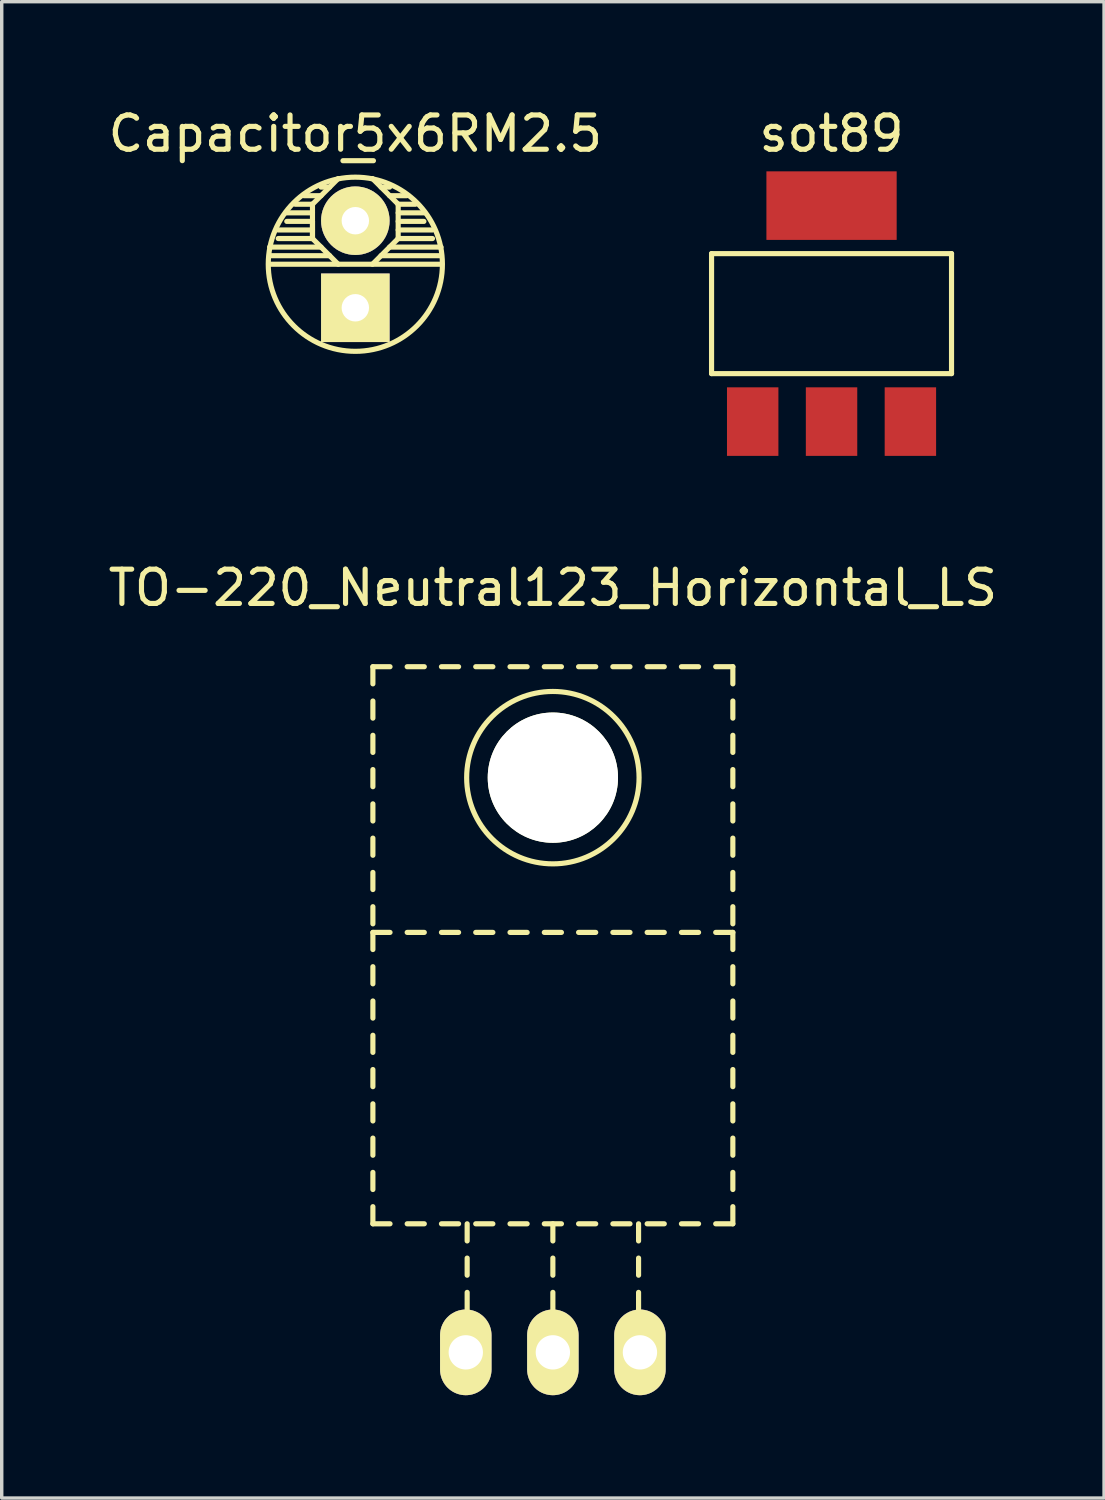
<source format=kicad_pcb>
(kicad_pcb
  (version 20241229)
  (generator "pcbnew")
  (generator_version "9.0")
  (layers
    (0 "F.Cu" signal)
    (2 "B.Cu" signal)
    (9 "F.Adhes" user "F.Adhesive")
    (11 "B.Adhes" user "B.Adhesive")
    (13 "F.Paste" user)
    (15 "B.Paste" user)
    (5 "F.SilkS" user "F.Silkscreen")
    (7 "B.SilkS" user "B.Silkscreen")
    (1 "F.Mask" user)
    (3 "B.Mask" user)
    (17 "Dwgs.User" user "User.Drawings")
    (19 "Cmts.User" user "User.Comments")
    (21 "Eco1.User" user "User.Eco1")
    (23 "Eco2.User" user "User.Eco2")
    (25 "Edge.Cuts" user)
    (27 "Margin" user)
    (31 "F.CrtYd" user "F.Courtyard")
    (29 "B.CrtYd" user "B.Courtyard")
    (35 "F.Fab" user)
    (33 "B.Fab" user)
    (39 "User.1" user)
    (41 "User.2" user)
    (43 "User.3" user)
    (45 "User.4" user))
  (footprint "TO-220_Neutral123_Horizontal_LS"
    (layer "F.Cu")
    (at 13.077 36.398)
    (property "Reference" "TO-220_Neutral123_Horizontal_LS" (at 0 -22.301 0) (layer "F.SilkS") (effects (font (size 1 1) (thickness 0.15))))
    (attr through_hole)
    (fp_line (start -5.25 -20) (end -5.25 -19.5) (stroke (width 0.15) (type solid)) (layer "F.SilkS"))
    (fp_line (start -5.25 -20) (end -4.75 -20) (stroke (width 0.15) (type solid)) (layer "F.SilkS"))
    (fp_line (start -5.25 -18.5) (end -5.25 -19) (stroke (width 0.15) (type solid)) (layer "F.SilkS"))
    (fp_line (start -5.25 -17.5) (end -5.25 -18) (stroke (width 0.15) (type solid)) (layer "F.SilkS"))
    (fp_line (start -5.25 -16.5) (end -5.25 -17) (stroke (width 0.15) (type solid)) (layer "F.SilkS"))
    (fp_line (start -5.25 -15.5) (end -5.25 -16) (stroke (width 0.15) (type solid)) (layer "F.SilkS"))
    (fp_line (start -5.25 -14.5) (end -5.25 -15) (stroke (width 0.15) (type solid)) (layer "F.SilkS"))
    (fp_line (start -5.25 -13.5) (end -5.25 -14) (stroke (width 0.15) (type solid)) (layer "F.SilkS"))
    (fp_line (start -5.25 -12.5) (end -5.25 -13) (stroke (width 0.15) (type solid)) (layer "F.SilkS"))
    (fp_line (start -5.25 -12.25) (end -5.25 -11.75) (stroke (width 0.15) (type solid)) (layer "F.SilkS"))
    (fp_line (start -5.25 -11.25) (end -5.25 -10.75) (stroke (width 0.15) (type solid)) (layer "F.SilkS"))
    (fp_line (start -5.25 -10.25) (end -5.25 -9.75) (stroke (width 0.15) (type solid)) (layer "F.SilkS"))
    (fp_line (start -5.25 -9.25) (end -5.25 -8.75) (stroke (width 0.15) (type solid)) (layer "F.SilkS"))
    (fp_line (start -5.25 -8.25) (end -5.25 -7.75) (stroke (width 0.15) (type solid)) (layer "F.SilkS"))
    (fp_line (start -5.25 -7.25) (end -5.25 -6.75) (stroke (width 0.15) (type solid)) (layer "F.SilkS"))
    (fp_line (start -5.25 -6.25) (end -5.25 -5.75) (stroke (width 0.15) (type solid)) (layer "F.SilkS"))
    (fp_line (start -5.25 -5.25) (end -5.25 -4.75) (stroke (width 0.15) (type solid)) (layer "F.SilkS"))
    (fp_line (start -5.25 -4.25) (end -5.25 -3.75) (stroke (width 0.15) (type solid)) (layer "F.SilkS"))
    (fp_line (start -4.75 -12.25) (end -5.25 -12.25) (stroke (width 0.15) (type solid)) (layer "F.SilkS"))
    (fp_line (start -4.75 -3.75) (end -5.25 -3.75) (stroke (width 0.15) (type solid)) (layer "F.SilkS"))
    (fp_line (start -4.25 -20) (end -3.75 -20) (stroke (width 0.15) (type solid)) (layer "F.SilkS"))
    (fp_line (start -3.75 -12.25) (end -4.25 -12.25) (stroke (width 0.15) (type solid)) (layer "F.SilkS"))
    (fp_line (start -3.75 -3.75) (end -4.25 -3.75) (stroke (width 0.15) (type solid)) (layer "F.SilkS"))
    (fp_line (start -3.25 -20) (end -2.75 -20) (stroke (width 0.15) (type solid)) (layer "F.SilkS"))
    (fp_line (start -2.75 -12.25) (end -3.25 -12.25) (stroke (width 0.15) (type solid)) (layer "F.SilkS"))
    (fp_line (start -2.75 -3.75) (end -3.25 -3.75) (stroke (width 0.15) (type solid)) (layer "F.SilkS"))
    (fp_line (start -2.5 -3.75) (end -2.5 -3.25) (stroke (width 0.15) (type solid)) (layer "F.SilkS"))
    (fp_line (start -2.5 -2.75) (end -2.5 -2.25) (stroke (width 0.15) (type solid)) (layer "F.SilkS"))
    (fp_line (start -2.5 -1.75) (end -2.5 -1.25) (stroke (width 0.15) (type solid)) (layer "F.SilkS"))
    (fp_line (start -2.25 -20) (end -1.75 -20) (stroke (width 0.15) (type solid)) (layer "F.SilkS"))
    (fp_line (start -1.75 -12.25) (end -2.25 -12.25) (stroke (width 0.15) (type solid)) (layer "F.SilkS"))
    (fp_line (start -1.75 -3.75) (end -2.25 -3.75) (stroke (width 0.15) (type solid)) (layer "F.SilkS"))
    (fp_line (start -1.25 -20) (end -0.75 -20) (stroke (width 0.15) (type solid)) (layer "F.SilkS"))
    (fp_line (start -0.75 -12.25) (end -1.25 -12.25) (stroke (width 0.15) (type solid)) (layer "F.SilkS"))
    (fp_line (start -0.75 -3.75) (end -1.25 -3.75) (stroke (width 0.15) (type solid)) (layer "F.SilkS"))
    (fp_line (start -0.25 -20) (end 0.25 -20) (stroke (width 0.15) (type solid)) (layer "F.SilkS"))
    (fp_line (start -0.25 -3.75) (end 0.25 -3.75) (stroke (width 0.15) (type solid)) (layer "F.SilkS"))
    (fp_line (start 0 -3.75) (end 0 -3.25) (stroke (width 0.15) (type solid)) (layer "F.SilkS"))
    (fp_line (start 0 -2.75) (end 0 -2.25) (stroke (width 0.15) (type solid)) (layer "F.SilkS"))
    (fp_line (start 0 -1.75) (end 0 -1.25) (stroke (width 0.15) (type solid)) (layer "F.SilkS"))
    (fp_line (start 0.25 -12.25) (end -0.25 -12.25) (stroke (width 0.15) (type solid)) (layer "F.SilkS"))
    (fp_line (start 0.75 -20) (end 1.25 -20) (stroke (width 0.15) (type solid)) (layer "F.SilkS"))
    (fp_line (start 0.75 -3.75) (end 1.25 -3.75) (stroke (width 0.15) (type solid)) (layer "F.SilkS"))
    (fp_line (start 1.25 -12.25) (end 0.75 -12.25) (stroke (width 0.15) (type solid)) (layer "F.SilkS"))
    (fp_line (start 1.75 -20) (end 2.25 -20) (stroke (width 0.15) (type solid)) (layer "F.SilkS"))
    (fp_line (start 1.75 -3.75) (end 2.25 -3.75) (stroke (width 0.15) (type solid)) (layer "F.SilkS"))
    (fp_line (start 2.25 -12.25) (end 1.75 -12.25) (stroke (width 0.15) (type solid)) (layer "F.SilkS"))
    (fp_line (start 2.5 -3.75) (end 2.5 -3.25) (stroke (width 0.15) (type solid)) (layer "F.SilkS"))
    (fp_line (start 2.5 -2.75) (end 2.5 -2.25) (stroke (width 0.15) (type solid)) (layer "F.SilkS"))
    (fp_line (start 2.5 -1.75) (end 2.5 -1.25) (stroke (width 0.15) (type solid)) (layer "F.SilkS"))
    (fp_line (start 2.75 -20) (end 3.25 -20) (stroke (width 0.15) (type solid)) (layer "F.SilkS"))
    (fp_line (start 2.75 -3.75) (end 3.25 -3.75) (stroke (width 0.15) (type solid)) (layer "F.SilkS"))
    (fp_line (start 3.25 -12.25) (end 2.75 -12.25) (stroke (width 0.15) (type solid)) (layer "F.SilkS"))
    (fp_line (start 3.75 -20) (end 4.25 -20) (stroke (width 0.15) (type solid)) (layer "F.SilkS"))
    (fp_line (start 3.75 -3.75) (end 4.25 -3.75) (stroke (width 0.15) (type solid)) (layer "F.SilkS"))
    (fp_line (start 4.25 -12.25) (end 3.75 -12.25) (stroke (width 0.15) (type solid)) (layer "F.SilkS"))
    (fp_line (start 4.75 -20) (end 5.25 -20) (stroke (width 0.15) (type solid)) (layer "F.SilkS"))
    (fp_line (start 4.75 -3.75) (end 5.25 -3.75) (stroke (width 0.15) (type solid)) (layer "F.SilkS"))
    (fp_line (start 5.25 -20) (end 5.25 -19.5) (stroke (width 0.15) (type solid)) (layer "F.SilkS"))
    (fp_line (start 5.25 -19) (end 5.25 -18.5) (stroke (width 0.15) (type solid)) (layer "F.SilkS"))
    (fp_line (start 5.25 -18) (end 5.25 -17.5) (stroke (width 0.15) (type solid)) (layer "F.SilkS"))
    (fp_line (start 5.25 -17) (end 5.25 -16.5) (stroke (width 0.15) (type solid)) (layer "F.SilkS"))
    (fp_line (start 5.25 -16) (end 5.25 -15.5) (stroke (width 0.15) (type solid)) (layer "F.SilkS"))
    (fp_line (start 5.25 -15) (end 5.25 -14.5) (stroke (width 0.15) (type solid)) (layer "F.SilkS"))
    (fp_line (start 5.25 -14) (end 5.25 -13.5) (stroke (width 0.15) (type solid)) (layer "F.SilkS"))
    (fp_line (start 5.25 -13) (end 5.25 -12.5) (stroke (width 0.15) (type solid)) (layer "F.SilkS"))
    (fp_line (start 5.25 -12.25) (end 4.75 -12.25) (stroke (width 0.15) (type solid)) (layer "F.SilkS"))
    (fp_line (start 5.25 -11.75) (end 5.25 -12.25) (stroke (width 0.15) (type solid)) (layer "F.SilkS"))
    (fp_line (start 5.25 -10.75) (end 5.25 -11.25) (stroke (width 0.15) (type solid)) (layer "F.SilkS"))
    (fp_line (start 5.25 -9.75) (end 5.25 -10.25) (stroke (width 0.15) (type solid)) (layer "F.SilkS"))
    (fp_line (start 5.25 -8.75) (end 5.25 -9.25) (stroke (width 0.15) (type solid)) (layer "F.SilkS"))
    (fp_line (start 5.25 -7.75) (end 5.25 -8.25) (stroke (width 0.15) (type solid)) (layer "F.SilkS"))
    (fp_line (start 5.25 -6.75) (end 5.25 -7.25) (stroke (width 0.15) (type solid)) (layer "F.SilkS"))
    (fp_line (start 5.25 -5.75) (end 5.25 -6.25) (stroke (width 0.15) (type solid)) (layer "F.SilkS"))
    (fp_line (start 5.25 -4.75) (end 5.25 -5.25) (stroke (width 0.15) (type solid)) (layer "F.SilkS"))
    (fp_line (start 5.25 -3.75) (end 5.25 -4.25) (stroke (width 0.15) (type solid)) (layer "F.SilkS"))
    (fp_circle (center 0 -16.764) (end 1.778 -14.986) (stroke (width 0.15) (type solid)) (fill no) (layer "F.SilkS"))
    (pad "" np_thru_hole circle (at 0 -16.764 90) (size 3.8 3.8) (drill 3.8) (layers "*.Cu" "*.Mask" "F.SilkS"))
    (pad "1" thru_hole oval (at 2.54 0 90) (size 2.499 1.501) (drill 1.001) (layers "*.Cu" "*.Mask" "F.SilkS"))
    (pad "2" thru_hole oval (at 0 0 90) (size 2.499 1.501) (drill 1.001) (layers "*.Cu" "*.Mask" "F.SilkS"))
    (pad "3" thru_hole oval (at -2.54 0 90) (size 2.499 1.501) (drill 1.001) (layers "*.Cu" "*.Mask" "F.SilkS")))
  (footprint "sot89"
    (layer "F.Cu")
    (at 21.206 6.098)
    (property "Reference" "sot89" (at 0 -5.25 180) (layer "F.SilkS") (effects (font (size 1 1) (thickness 0.15))))
    (attr smd)
    (fp_line (start -3.5 -1.75) (end 3.5 -1.75) (stroke (width 0.15) (type solid)) (layer "F.SilkS"))
    (fp_line (start -3.5 1.75) (end -3.5 -1.75) (stroke (width 0.15) (type solid)) (layer "F.SilkS"))
    (fp_line (start 3.5 -1.75) (end 3.5 1.75) (stroke (width 0.15) (type solid)) (layer "F.SilkS"))
    (fp_line (start 3.5 1.75) (end -3.5 1.75) (stroke (width 0.15) (type solid)) (layer "F.SilkS"))
    (pad "1" smd rect (at -2.3 3.15) (size 1.5 2) (layers "F.Cu" "F.Mask" "F.Paste"))
    (pad "2" smd rect (at 0 -3.15) (size 3.8 2) (layers "F.Cu" "F.Mask" "F.Paste"))
    (pad "2" smd rect (at 0 3.15) (size 1.5 2) (layers "F.Cu" "F.Mask" "F.Paste"))
    (pad "3" smd rect (at 2.3 3.15) (size 1.5 2) (layers "F.Cu" "F.Mask" "F.Paste")))
  (footprint "Capacitor5x6RM2.5"
    (layer "F.Cu")
    (at 7.315 4.658)
    (property "Reference" "Capacitor5x6RM2.5" (at 0 -3.81 0) (layer "F.SilkS") (effects (font (size 1 1) (thickness 0.15))))
    (attr through_hole)
    (fp_line (start -2.5 -0.5) (end -1 -0.5) (stroke (width 0.15) (type solid)) (layer "F.SilkS"))
    (fp_line (start -2.5 -0.25) (end -0.75 -0.25) (stroke (width 0.15) (type solid)) (layer "F.SilkS"))
    (fp_line (start -2.5 0) (end 2.5 0) (stroke (width 0.15) (type solid)) (layer "F.SilkS"))
    (fp_line (start -2.25 -1) (end -1.25 -1) (stroke (width 0.15) (type solid)) (layer "F.SilkS"))
    (fp_line (start -2.25 -0.75) (end -1.25 -0.75) (stroke (width 0.15) (type solid)) (layer "F.SilkS"))
    (fp_line (start -1.25 -1.75) (end -1.75 -1.75) (stroke (width 0.15) (type solid)) (layer "F.SilkS"))
    (fp_line (start -1.25 -1.75) (end -0.5 -2.5) (stroke (width 0.15) (type solid)) (layer "F.SilkS"))
    (fp_line (start -1.25 -1.5) (end -2 -1.5) (stroke (width 0.15) (type solid)) (layer "F.SilkS"))
    (fp_line (start -1.25 -1.25) (end -2 -1.25) (stroke (width 0.15) (type solid)) (layer "F.SilkS"))
    (fp_line (start -1.25 -0.75) (end -1.25 -1.75) (stroke (width 0.15) (type solid)) (layer "F.SilkS"))
    (fp_line (start -1.25 -0.75) (end -1.25 -1.25) (stroke (width 0.15) (type solid)) (layer "F.SilkS"))
    (fp_line (start -1 -2) (end -1.5 -2) (stroke (width 0.15) (type solid)) (layer "F.SilkS"))
    (fp_line (start -0.75 -2.25) (end -1 -2.25) (stroke (width 0.15) (type solid)) (layer "F.SilkS"))
    (fp_line (start -0.5 0) (end -1.25 -0.75) (stroke (width 0.15) (type solid)) (layer "F.SilkS"))
    (fp_line (start -0.361 -3.02) (end 0.528 -3.02) (stroke (width 0.15) (type solid)) (layer "F.SilkS"))
    (fp_line (start 0.5 -2.5) (end 1.25 -1.75) (stroke (width 0.15) (type solid)) (layer "F.SilkS"))
    (fp_line (start 0.75 -2.25) (end 1 -2.25) (stroke (width 0.15) (type solid)) (layer "F.SilkS"))
    (fp_line (start 0.75 -0.25) (end 2.5 -0.25) (stroke (width 0.15) (type solid)) (layer "F.SilkS"))
    (fp_line (start 1 -2) (end 1.5 -2) (stroke (width 0.15) (type solid)) (layer "F.SilkS"))
    (fp_line (start 1 -0.5) (end 2.5 -0.5) (stroke (width 0.15) (type solid)) (layer "F.SilkS"))
    (fp_line (start 1.25 -1.75) (end 1.25 -0.75) (stroke (width 0.15) (type solid)) (layer "F.SilkS"))
    (fp_line (start 1.25 -1.75) (end 1.75 -1.75) (stroke (width 0.15) (type solid)) (layer "F.SilkS"))
    (fp_line (start 1.25 -1.5) (end 2 -1.5) (stroke (width 0.15) (type solid)) (layer "F.SilkS"))
    (fp_line (start 1.25 -1.25) (end 2 -1.25) (stroke (width 0.15) (type solid)) (layer "F.SilkS"))
    (fp_line (start 1.25 -1) (end 2.25 -1) (stroke (width 0.15) (type solid)) (layer "F.SilkS"))
    (fp_line (start 1.25 -0.75) (end 0.5 0) (stroke (width 0.15) (type solid)) (layer "F.SilkS"))
    (fp_line (start 1.25 -0.75) (end 2.25 -0.75) (stroke (width 0.15) (type solid)) (layer "F.SilkS"))
    (fp_circle (center 0 0) (end -2.54 0) (stroke (width 0.15) (type solid)) (fill no) (layer "F.SilkS"))
    (pad "1" thru_hole rect (at 0 1.27) (size 1.999 1.999) (drill 0.8) (layers "*.Cu" "*.Mask" "F.SilkS"))
    (pad "2" thru_hole circle (at 0 -1.27) (size 1.999 1.999) (drill 0.8) (layers "*.Cu" "*.Mask" "F.SilkS")))
  (gr_rect
    (start -3 -3)
    (end 29.155 40.647)
    (stroke (width 0.1) (type default))
    (fill no)
    (layer "Edge.Cuts")))
</source>
